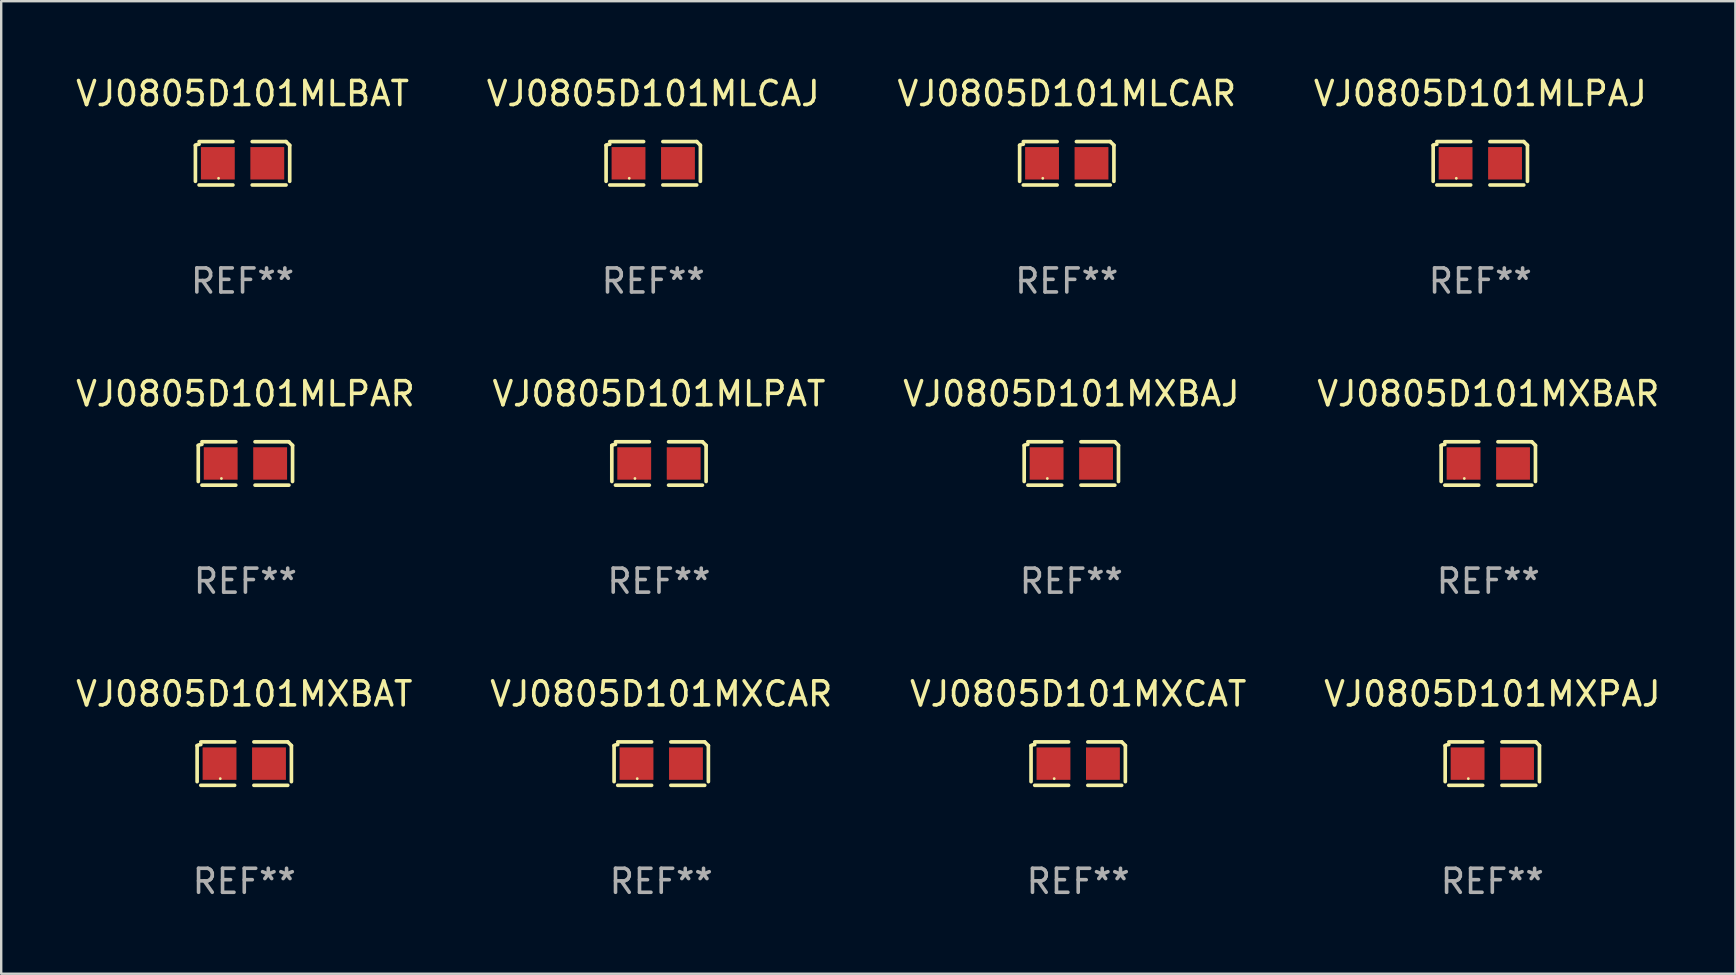
<source format=kicad_pcb>
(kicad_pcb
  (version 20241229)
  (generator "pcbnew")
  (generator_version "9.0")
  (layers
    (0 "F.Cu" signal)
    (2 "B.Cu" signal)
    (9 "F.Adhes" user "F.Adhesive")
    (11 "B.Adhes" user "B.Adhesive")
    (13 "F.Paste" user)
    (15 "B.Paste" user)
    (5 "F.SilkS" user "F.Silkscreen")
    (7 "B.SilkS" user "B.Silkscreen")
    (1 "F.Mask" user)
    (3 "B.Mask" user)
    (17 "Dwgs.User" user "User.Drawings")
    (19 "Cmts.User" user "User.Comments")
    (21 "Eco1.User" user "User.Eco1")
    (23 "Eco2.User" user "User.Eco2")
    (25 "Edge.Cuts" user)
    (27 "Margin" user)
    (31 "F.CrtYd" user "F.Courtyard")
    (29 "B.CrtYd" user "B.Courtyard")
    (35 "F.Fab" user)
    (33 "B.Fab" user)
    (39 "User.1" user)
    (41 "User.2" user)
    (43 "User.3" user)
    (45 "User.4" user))
  (footprint "VJ0805D101MXBAR"
    (layer "F.Cu")
    (at 58.946 16.256)
    (property "Reference" "VJ0805D101MXBAR" (at 0 -2.904 0) (layer "F.SilkS") (effects (font (size 1 1) (thickness 0.15))))
    (attr through_hole)
    (fp_line (start -1.964 0.751) (end -1.964 -0.751) (stroke (width 0.152) (type solid)) (layer "F.SilkS"))
    (fp_line (start -1.811 -0.904) (end -0.401 -0.904) (stroke (width 0.152) (type solid)) (layer "F.SilkS"))
    (fp_line (start -0.401 0.904) (end -1.811 0.904) (stroke (width 0.152) (type solid)) (layer "F.SilkS"))
    (fp_line (start 0.401 0.904) (end 1.811 0.904) (stroke (width 0.152) (type solid)) (layer "F.SilkS"))
    (fp_line (start 1.811 -0.904) (end 0.401 -0.904) (stroke (width 0.152) (type solid)) (layer "F.SilkS"))
    (fp_line (start 1.964 0.751) (end 1.964 -0.751) (stroke (width 0.152) (type solid)) (layer "F.SilkS"))
    (fp_arc (start -1.963602 -0.751207) (mid -1.890354 -0.783131) (end -1.811201 -0.794044) (stroke (width 0.1524) (type solid)) (layer "F.SilkS"))
    (fp_arc (start 1.811202 -0.903607) (mid 1.887413 -0.827418) (end 1.963602 -0.751207) (stroke (width 0.1524) (type solid)) (layer "F.SilkS"))
    (fp_circle (center -1 0.625) (end -0.97 0.625) (stroke (width 0.06) (type solid)) (fill no) (layer "F.SilkS"))
    (fp_text user "REF**" (at 0 4.904 0) (layer "F.Fab") (effects (font (size 1 1) (thickness 0.15))))
    (pad "1" smd rect (at -1.03 0) (size 1.41 1.35) (layers "F.Cu" "F.Mask" "F.Paste"))
    (pad "2" smd rect (at 1.03 0) (size 1.41 1.35) (layers "F.Cu" "F.Mask" "F.Paste")))
  (footprint "VJ0805D101MXPAJ"
    (layer "F.Cu")
    (at 59.113 28.759)
    (property "Reference" "VJ0805D101MXPAJ" (at 0 -2.904 0) (layer "F.SilkS") (effects (font (size 1 1) (thickness 0.15))))
    (attr through_hole)
    (fp_line (start -1.964 0.751) (end -1.964 -0.751) (stroke (width 0.152) (type solid)) (layer "F.SilkS"))
    (fp_line (start -1.811 -0.904) (end -0.401 -0.904) (stroke (width 0.152) (type solid)) (layer "F.SilkS"))
    (fp_line (start -0.401 0.904) (end -1.811 0.904) (stroke (width 0.152) (type solid)) (layer "F.SilkS"))
    (fp_line (start 0.401 0.904) (end 1.811 0.904) (stroke (width 0.152) (type solid)) (layer "F.SilkS"))
    (fp_line (start 1.811 -0.904) (end 0.401 -0.904) (stroke (width 0.152) (type solid)) (layer "F.SilkS"))
    (fp_line (start 1.964 0.751) (end 1.964 -0.751) (stroke (width 0.152) (type solid)) (layer "F.SilkS"))
    (fp_arc (start -1.963602 -0.751207) (mid -1.890354 -0.783131) (end -1.811201 -0.794044) (stroke (width 0.1524) (type solid)) (layer "F.SilkS"))
    (fp_arc (start 1.811202 -0.903607) (mid 1.887413 -0.827418) (end 1.963602 -0.751207) (stroke (width 0.1524) (type solid)) (layer "F.SilkS"))
    (fp_circle (center -1 0.625) (end -0.97 0.625) (stroke (width 0.06) (type solid)) (fill no) (layer "F.SilkS"))
    (fp_text user "REF**" (at 0 4.904 0) (layer "F.Fab") (effects (font (size 1 1) (thickness 0.15))))
    (pad "1" smd rect (at -1.03 0) (size 1.41 1.35) (layers "F.Cu" "F.Mask" "F.Paste"))
    (pad "2" smd rect (at 1.03 0) (size 1.41 1.35) (layers "F.Cu" "F.Mask" "F.Paste")))
  (footprint "VJ0805D101MLBAT"
    (layer "F.Cu")
    (at 7.054 3.752)
    (property "Reference" "VJ0805D101MLBAT" (at 0 -2.904 0) (layer "F.SilkS") (effects (font (size 1 1) (thickness 0.15))))
    (attr through_hole)
    (fp_line (start -1.964 0.751) (end -1.964 -0.751) (stroke (width 0.152) (type solid)) (layer "F.SilkS"))
    (fp_line (start -1.811 -0.904) (end -0.401 -0.904) (stroke (width 0.152) (type solid)) (layer "F.SilkS"))
    (fp_line (start -0.401 0.904) (end -1.811 0.904) (stroke (width 0.152) (type solid)) (layer "F.SilkS"))
    (fp_line (start 0.401 0.904) (end 1.811 0.904) (stroke (width 0.152) (type solid)) (layer "F.SilkS"))
    (fp_line (start 1.811 -0.904) (end 0.401 -0.904) (stroke (width 0.152) (type solid)) (layer "F.SilkS"))
    (fp_line (start 1.964 0.751) (end 1.964 -0.751) (stroke (width 0.152) (type solid)) (layer "F.SilkS"))
    (fp_arc (start -1.963602 -0.751207) (mid -1.890354 -0.783131) (end -1.811201 -0.794044) (stroke (width 0.1524) (type solid)) (layer "F.SilkS"))
    (fp_arc (start 1.811202 -0.903607) (mid 1.887413 -0.827418) (end 1.963602 -0.751207) (stroke (width 0.1524) (type solid)) (layer "F.SilkS"))
    (fp_circle (center -1 0.625) (end -0.97 0.625) (stroke (width 0.06) (type solid)) (fill no) (layer "F.SilkS"))
    (fp_text user "REF**" (at 0 4.904 0) (layer "F.Fab") (effects (font (size 1 1) (thickness 0.15))))
    (pad "1" smd rect (at -1.03 0) (size 1.41 1.35) (layers "F.Cu" "F.Mask" "F.Paste"))
    (pad "2" smd rect (at 1.03 0) (size 1.41 1.35) (layers "F.Cu" "F.Mask" "F.Paste")))
  (footprint "VJ0805D101MLPAJ"
    (layer "F.Cu")
    (at 58.613 3.752)
    (property "Reference" "VJ0805D101MLPAJ" (at 0 -2.904 0) (layer "F.SilkS") (effects (font (size 1 1) (thickness 0.15))))
    (attr through_hole)
    (fp_line (start -1.964 0.751) (end -1.964 -0.751) (stroke (width 0.152) (type solid)) (layer "F.SilkS"))
    (fp_line (start -1.811 -0.904) (end -0.401 -0.904) (stroke (width 0.152) (type solid)) (layer "F.SilkS"))
    (fp_line (start -0.401 0.904) (end -1.811 0.904) (stroke (width 0.152) (type solid)) (layer "F.SilkS"))
    (fp_line (start 0.401 0.904) (end 1.811 0.904) (stroke (width 0.152) (type solid)) (layer "F.SilkS"))
    (fp_line (start 1.811 -0.904) (end 0.401 -0.904) (stroke (width 0.152) (type solid)) (layer "F.SilkS"))
    (fp_line (start 1.964 0.751) (end 1.964 -0.751) (stroke (width 0.152) (type solid)) (layer "F.SilkS"))
    (fp_arc (start -1.963602 -0.751207) (mid -1.890354 -0.783131) (end -1.811201 -0.794044) (stroke (width 0.1524) (type solid)) (layer "F.SilkS"))
    (fp_arc (start 1.811202 -0.903607) (mid 1.887413 -0.827418) (end 1.963602 -0.751207) (stroke (width 0.1524) (type solid)) (layer "F.SilkS"))
    (fp_circle (center -1 0.625) (end -0.97 0.625) (stroke (width 0.06) (type solid)) (fill no) (layer "F.SilkS"))
    (fp_text user "REF**" (at 0 4.904 0) (layer "F.Fab") (effects (font (size 1 1) (thickness 0.15))))
    (pad "1" smd rect (at -1.03 0) (size 1.41 1.35) (layers "F.Cu" "F.Mask" "F.Paste"))
    (pad "2" smd rect (at 1.03 0) (size 1.41 1.35) (layers "F.Cu" "F.Mask" "F.Paste")))
  (footprint "VJ0805D101MXCAT"
    (layer "F.Cu")
    (at 41.863 28.759)
    (property "Reference" "VJ0805D101MXCAT" (at 0 -2.904 0) (layer "F.SilkS") (effects (font (size 1 1) (thickness 0.15))))
    (attr through_hole)
    (fp_line (start -1.964 0.751) (end -1.964 -0.751) (stroke (width 0.152) (type solid)) (layer "F.SilkS"))
    (fp_line (start -1.811 -0.904) (end -0.401 -0.904) (stroke (width 0.152) (type solid)) (layer "F.SilkS"))
    (fp_line (start -0.401 0.904) (end -1.811 0.904) (stroke (width 0.152) (type solid)) (layer "F.SilkS"))
    (fp_line (start 0.401 0.904) (end 1.811 0.904) (stroke (width 0.152) (type solid)) (layer "F.SilkS"))
    (fp_line (start 1.811 -0.904) (end 0.401 -0.904) (stroke (width 0.152) (type solid)) (layer "F.SilkS"))
    (fp_line (start 1.964 0.751) (end 1.964 -0.751) (stroke (width 0.152) (type solid)) (layer "F.SilkS"))
    (fp_arc (start -1.963602 -0.751207) (mid -1.890354 -0.783131) (end -1.811201 -0.794044) (stroke (width 0.1524) (type solid)) (layer "F.SilkS"))
    (fp_arc (start 1.811202 -0.903607) (mid 1.887413 -0.827418) (end 1.963602 -0.751207) (stroke (width 0.1524) (type solid)) (layer "F.SilkS"))
    (fp_circle (center -1 0.625) (end -0.97 0.625) (stroke (width 0.06) (type solid)) (fill no) (layer "F.SilkS"))
    (fp_text user "REF**" (at 0 4.904 0) (layer "F.Fab") (effects (font (size 1 1) (thickness 0.15))))
    (pad "1" smd rect (at -1.03 0) (size 1.41 1.35) (layers "F.Cu" "F.Mask" "F.Paste"))
    (pad "2" smd rect (at 1.03 0) (size 1.41 1.35) (layers "F.Cu" "F.Mask" "F.Paste")))
  (footprint "VJ0805D101MLPAR"
    (layer "F.Cu")
    (at 7.173 16.256)
    (property "Reference" "VJ0805D101MLPAR" (at 0 -2.904 0) (layer "F.SilkS") (effects (font (size 1 1) (thickness 0.15))))
    (attr through_hole)
    (fp_line (start -1.964 0.751) (end -1.964 -0.751) (stroke (width 0.152) (type solid)) (layer "F.SilkS"))
    (fp_line (start -1.811 -0.904) (end -0.401 -0.904) (stroke (width 0.152) (type solid)) (layer "F.SilkS"))
    (fp_line (start -0.401 0.904) (end -1.811 0.904) (stroke (width 0.152) (type solid)) (layer "F.SilkS"))
    (fp_line (start 0.401 0.904) (end 1.811 0.904) (stroke (width 0.152) (type solid)) (layer "F.SilkS"))
    (fp_line (start 1.811 -0.904) (end 0.401 -0.904) (stroke (width 0.152) (type solid)) (layer "F.SilkS"))
    (fp_line (start 1.964 0.751) (end 1.964 -0.751) (stroke (width 0.152) (type solid)) (layer "F.SilkS"))
    (fp_arc (start -1.963602 -0.751207) (mid -1.890354 -0.783131) (end -1.811201 -0.794044) (stroke (width 0.1524) (type solid)) (layer "F.SilkS"))
    (fp_arc (start 1.811202 -0.903607) (mid 1.887413 -0.827418) (end 1.963602 -0.751207) (stroke (width 0.1524) (type solid)) (layer "F.SilkS"))
    (fp_circle (center -1 0.625) (end -0.97 0.625) (stroke (width 0.06) (type solid)) (fill no) (layer "F.SilkS"))
    (fp_text user "REF**" (at 0 4.904 0) (layer "F.Fab") (effects (font (size 1 1) (thickness 0.15))))
    (pad "1" smd rect (at -1.03 0) (size 1.41 1.35) (layers "F.Cu" "F.Mask" "F.Paste"))
    (pad "2" smd rect (at 1.03 0) (size 1.41 1.35) (layers "F.Cu" "F.Mask" "F.Paste")))
  (footprint "VJ0805D101MLCAJ"
    (layer "F.Cu")
    (at 24.161 3.752)
    (property "Reference" "VJ0805D101MLCAJ" (at 0 -2.904 0) (layer "F.SilkS") (effects (font (size 1 1) (thickness 0.15))))
    (attr through_hole)
    (fp_line (start -1.964 0.751) (end -1.964 -0.751) (stroke (width 0.152) (type solid)) (layer "F.SilkS"))
    (fp_line (start -1.811 -0.904) (end -0.401 -0.904) (stroke (width 0.152) (type solid)) (layer "F.SilkS"))
    (fp_line (start -0.401 0.904) (end -1.811 0.904) (stroke (width 0.152) (type solid)) (layer "F.SilkS"))
    (fp_line (start 0.401 0.904) (end 1.811 0.904) (stroke (width 0.152) (type solid)) (layer "F.SilkS"))
    (fp_line (start 1.811 -0.904) (end 0.401 -0.904) (stroke (width 0.152) (type solid)) (layer "F.SilkS"))
    (fp_line (start 1.964 0.751) (end 1.964 -0.751) (stroke (width 0.152) (type solid)) (layer "F.SilkS"))
    (fp_arc (start -1.963602 -0.751207) (mid -1.890354 -0.783131) (end -1.811201 -0.794044) (stroke (width 0.1524) (type solid)) (layer "F.SilkS"))
    (fp_arc (start 1.811202 -0.903607) (mid 1.887413 -0.827418) (end 1.963602 -0.751207) (stroke (width 0.1524) (type solid)) (layer "F.SilkS"))
    (fp_circle (center -1 0.625) (end -0.97 0.625) (stroke (width 0.06) (type solid)) (fill no) (layer "F.SilkS"))
    (fp_text user "REF**" (at 0 4.904 0) (layer "F.Fab") (effects (font (size 1 1) (thickness 0.15))))
    (pad "1" smd rect (at -1.03 0) (size 1.41 1.35) (layers "F.Cu" "F.Mask" "F.Paste"))
    (pad "2" smd rect (at 1.03 0) (size 1.41 1.35) (layers "F.Cu" "F.Mask" "F.Paste")))
  (footprint "VJ0805D101MXBAT"
    (layer "F.Cu")
    (at 7.125 28.759)
    (property "Reference" "VJ0805D101MXBAT" (at 0 -2.904 0) (layer "F.SilkS") (effects (font (size 1 1) (thickness 0.15))))
    (attr through_hole)
    (fp_line (start -1.964 0.751) (end -1.964 -0.751) (stroke (width 0.152) (type solid)) (layer "F.SilkS"))
    (fp_line (start -1.811 -0.904) (end -0.401 -0.904) (stroke (width 0.152) (type solid)) (layer "F.SilkS"))
    (fp_line (start -0.401 0.904) (end -1.811 0.904) (stroke (width 0.152) (type solid)) (layer "F.SilkS"))
    (fp_line (start 0.401 0.904) (end 1.811 0.904) (stroke (width 0.152) (type solid)) (layer "F.SilkS"))
    (fp_line (start 1.811 -0.904) (end 0.401 -0.904) (stroke (width 0.152) (type solid)) (layer "F.SilkS"))
    (fp_line (start 1.964 0.751) (end 1.964 -0.751) (stroke (width 0.152) (type solid)) (layer "F.SilkS"))
    (fp_arc (start -1.963602 -0.751207) (mid -1.890354 -0.783131) (end -1.811201 -0.794044) (stroke (width 0.1524) (type solid)) (layer "F.SilkS"))
    (fp_arc (start 1.811202 -0.903607) (mid 1.887413 -0.827418) (end 1.963602 -0.751207) (stroke (width 0.1524) (type solid)) (layer "F.SilkS"))
    (fp_circle (center -1 0.625) (end -0.97 0.625) (stroke (width 0.06) (type solid)) (fill no) (layer "F.SilkS"))
    (fp_text user "REF**" (at 0 4.904 0) (layer "F.Fab") (effects (font (size 1 1) (thickness 0.15))))
    (pad "1" smd rect (at -1.03 0) (size 1.41 1.35) (layers "F.Cu" "F.Mask" "F.Paste"))
    (pad "2" smd rect (at 1.03 0) (size 1.41 1.35) (layers "F.Cu" "F.Mask" "F.Paste")))
  (footprint "VJ0805D101MXCAR"
    (layer "F.Cu")
    (at 24.494 28.759)
    (property "Reference" "VJ0805D101MXCAR" (at 0 -2.904 0) (layer "F.SilkS") (effects (font (size 1 1) (thickness 0.15))))
    (attr through_hole)
    (fp_line (start -1.964 0.751) (end -1.964 -0.751) (stroke (width 0.152) (type solid)) (layer "F.SilkS"))
    (fp_line (start -1.811 -0.904) (end -0.401 -0.904) (stroke (width 0.152) (type solid)) (layer "F.SilkS"))
    (fp_line (start -0.401 0.904) (end -1.811 0.904) (stroke (width 0.152) (type solid)) (layer "F.SilkS"))
    (fp_line (start 0.401 0.904) (end 1.811 0.904) (stroke (width 0.152) (type solid)) (layer "F.SilkS"))
    (fp_line (start 1.811 -0.904) (end 0.401 -0.904) (stroke (width 0.152) (type solid)) (layer "F.SilkS"))
    (fp_line (start 1.964 0.751) (end 1.964 -0.751) (stroke (width 0.152) (type solid)) (layer "F.SilkS"))
    (fp_arc (start -1.963602 -0.751207) (mid -1.890354 -0.783131) (end -1.811201 -0.794044) (stroke (width 0.1524) (type solid)) (layer "F.SilkS"))
    (fp_arc (start 1.811202 -0.903607) (mid 1.887413 -0.827418) (end 1.963602 -0.751207) (stroke (width 0.1524) (type solid)) (layer "F.SilkS"))
    (fp_circle (center -1 0.625) (end -0.97 0.625) (stroke (width 0.06) (type solid)) (fill no) (layer "F.SilkS"))
    (fp_text user "REF**" (at 0 4.904 0) (layer "F.Fab") (effects (font (size 1 1) (thickness 0.15))))
    (pad "1" smd rect (at -1.03 0) (size 1.41 1.35) (layers "F.Cu" "F.Mask" "F.Paste"))
    (pad "2" smd rect (at 1.03 0) (size 1.41 1.35) (layers "F.Cu" "F.Mask" "F.Paste")))
  (footprint "VJ0805D101MXBAJ"
    (layer "F.Cu")
    (at 41.577 16.256)
    (property "Reference" "VJ0805D101MXBAJ" (at 0 -2.904 0) (layer "F.SilkS") (effects (font (size 1 1) (thickness 0.15))))
    (attr through_hole)
    (fp_line (start -1.964 0.751) (end -1.964 -0.751) (stroke (width 0.152) (type solid)) (layer "F.SilkS"))
    (fp_line (start -1.811 -0.904) (end -0.401 -0.904) (stroke (width 0.152) (type solid)) (layer "F.SilkS"))
    (fp_line (start -0.401 0.904) (end -1.811 0.904) (stroke (width 0.152) (type solid)) (layer "F.SilkS"))
    (fp_line (start 0.401 0.904) (end 1.811 0.904) (stroke (width 0.152) (type solid)) (layer "F.SilkS"))
    (fp_line (start 1.811 -0.904) (end 0.401 -0.904) (stroke (width 0.152) (type solid)) (layer "F.SilkS"))
    (fp_line (start 1.964 0.751) (end 1.964 -0.751) (stroke (width 0.152) (type solid)) (layer "F.SilkS"))
    (fp_arc (start -1.963602 -0.751207) (mid -1.890354 -0.783131) (end -1.811201 -0.794044) (stroke (width 0.1524) (type solid)) (layer "F.SilkS"))
    (fp_arc (start 1.811202 -0.903607) (mid 1.887413 -0.827418) (end 1.963602 -0.751207) (stroke (width 0.1524) (type solid)) (layer "F.SilkS"))
    (fp_circle (center -1 0.625) (end -0.97 0.625) (stroke (width 0.06) (type solid)) (fill no) (layer "F.SilkS"))
    (fp_text user "REF**" (at 0 4.904 0) (layer "F.Fab") (effects (font (size 1 1) (thickness 0.15))))
    (pad "1" smd rect (at -1.03 0) (size 1.41 1.35) (layers "F.Cu" "F.Mask" "F.Paste"))
    (pad "2" smd rect (at 1.03 0) (size 1.41 1.35) (layers "F.Cu" "F.Mask" "F.Paste")))
  (footprint "VJ0805D101MLPAT"
    (layer "F.Cu")
    (at 24.399 16.256)
    (property "Reference" "VJ0805D101MLPAT" (at 0 -2.904 0) (layer "F.SilkS") (effects (font (size 1 1) (thickness 0.15))))
    (attr through_hole)
    (fp_line (start -1.964 0.751) (end -1.964 -0.751) (stroke (width 0.152) (type solid)) (layer "F.SilkS"))
    (fp_line (start -1.811 -0.904) (end -0.401 -0.904) (stroke (width 0.152) (type solid)) (layer "F.SilkS"))
    (fp_line (start -0.401 0.904) (end -1.811 0.904) (stroke (width 0.152) (type solid)) (layer "F.SilkS"))
    (fp_line (start 0.401 0.904) (end 1.811 0.904) (stroke (width 0.152) (type solid)) (layer "F.SilkS"))
    (fp_line (start 1.811 -0.904) (end 0.401 -0.904) (stroke (width 0.152) (type solid)) (layer "F.SilkS"))
    (fp_line (start 1.964 0.751) (end 1.964 -0.751) (stroke (width 0.152) (type solid)) (layer "F.SilkS"))
    (fp_arc (start -1.963602 -0.751207) (mid -1.890354 -0.783131) (end -1.811201 -0.794044) (stroke (width 0.1524) (type solid)) (layer "F.SilkS"))
    (fp_arc (start 1.811202 -0.903607) (mid 1.887413 -0.827418) (end 1.963602 -0.751207) (stroke (width 0.1524) (type solid)) (layer "F.SilkS"))
    (fp_circle (center -1 0.625) (end -0.97 0.625) (stroke (width 0.06) (type solid)) (fill no) (layer "F.SilkS"))
    (fp_text user "REF**" (at 0 4.904 0) (layer "F.Fab") (effects (font (size 1 1) (thickness 0.15))))
    (pad "1" smd rect (at -1.03 0) (size 1.41 1.35) (layers "F.Cu" "F.Mask" "F.Paste"))
    (pad "2" smd rect (at 1.03 0) (size 1.41 1.35) (layers "F.Cu" "F.Mask" "F.Paste")))
  (footprint "VJ0805D101MLCAR"
    (layer "F.Cu")
    (at 41.387 3.752)
    (property "Reference" "VJ0805D101MLCAR" (at 0 -2.904 0) (layer "F.SilkS") (effects (font (size 1 1) (thickness 0.15))))
    (attr through_hole)
    (fp_line (start -1.964 0.751) (end -1.964 -0.751) (stroke (width 0.152) (type solid)) (layer "F.SilkS"))
    (fp_line (start -1.811 -0.904) (end -0.401 -0.904) (stroke (width 0.152) (type solid)) (layer "F.SilkS"))
    (fp_line (start -0.401 0.904) (end -1.811 0.904) (stroke (width 0.152) (type solid)) (layer "F.SilkS"))
    (fp_line (start 0.401 0.904) (end 1.811 0.904) (stroke (width 0.152) (type solid)) (layer "F.SilkS"))
    (fp_line (start 1.811 -0.904) (end 0.401 -0.904) (stroke (width 0.152) (type solid)) (layer "F.SilkS"))
    (fp_line (start 1.964 0.751) (end 1.964 -0.751) (stroke (width 0.152) (type solid)) (layer "F.SilkS"))
    (fp_arc (start -1.963602 -0.751207) (mid -1.890354 -0.783131) (end -1.811201 -0.794044) (stroke (width 0.1524) (type solid)) (layer "F.SilkS"))
    (fp_arc (start 1.811202 -0.903607) (mid 1.887413 -0.827418) (end 1.963602 -0.751207) (stroke (width 0.1524) (type solid)) (layer "F.SilkS"))
    (fp_circle (center -1 0.625) (end -0.97 0.625) (stroke (width 0.06) (type solid)) (fill no) (layer "F.SilkS"))
    (fp_text user "REF**" (at 0 4.904 0) (layer "F.Fab") (effects (font (size 1 1) (thickness 0.15))))
    (pad "1" smd rect (at -1.03 0) (size 1.41 1.35) (layers "F.Cu" "F.Mask" "F.Paste"))
    (pad "2" smd rect (at 1.03 0) (size 1.41 1.35) (layers "F.Cu" "F.Mask" "F.Paste")))
  (gr_rect
    (start -3 -3)
    (end 69.238 37.511)
    (stroke (width 0.1) (type default))
    (fill no)
    (layer "Edge.Cuts")))
</source>
